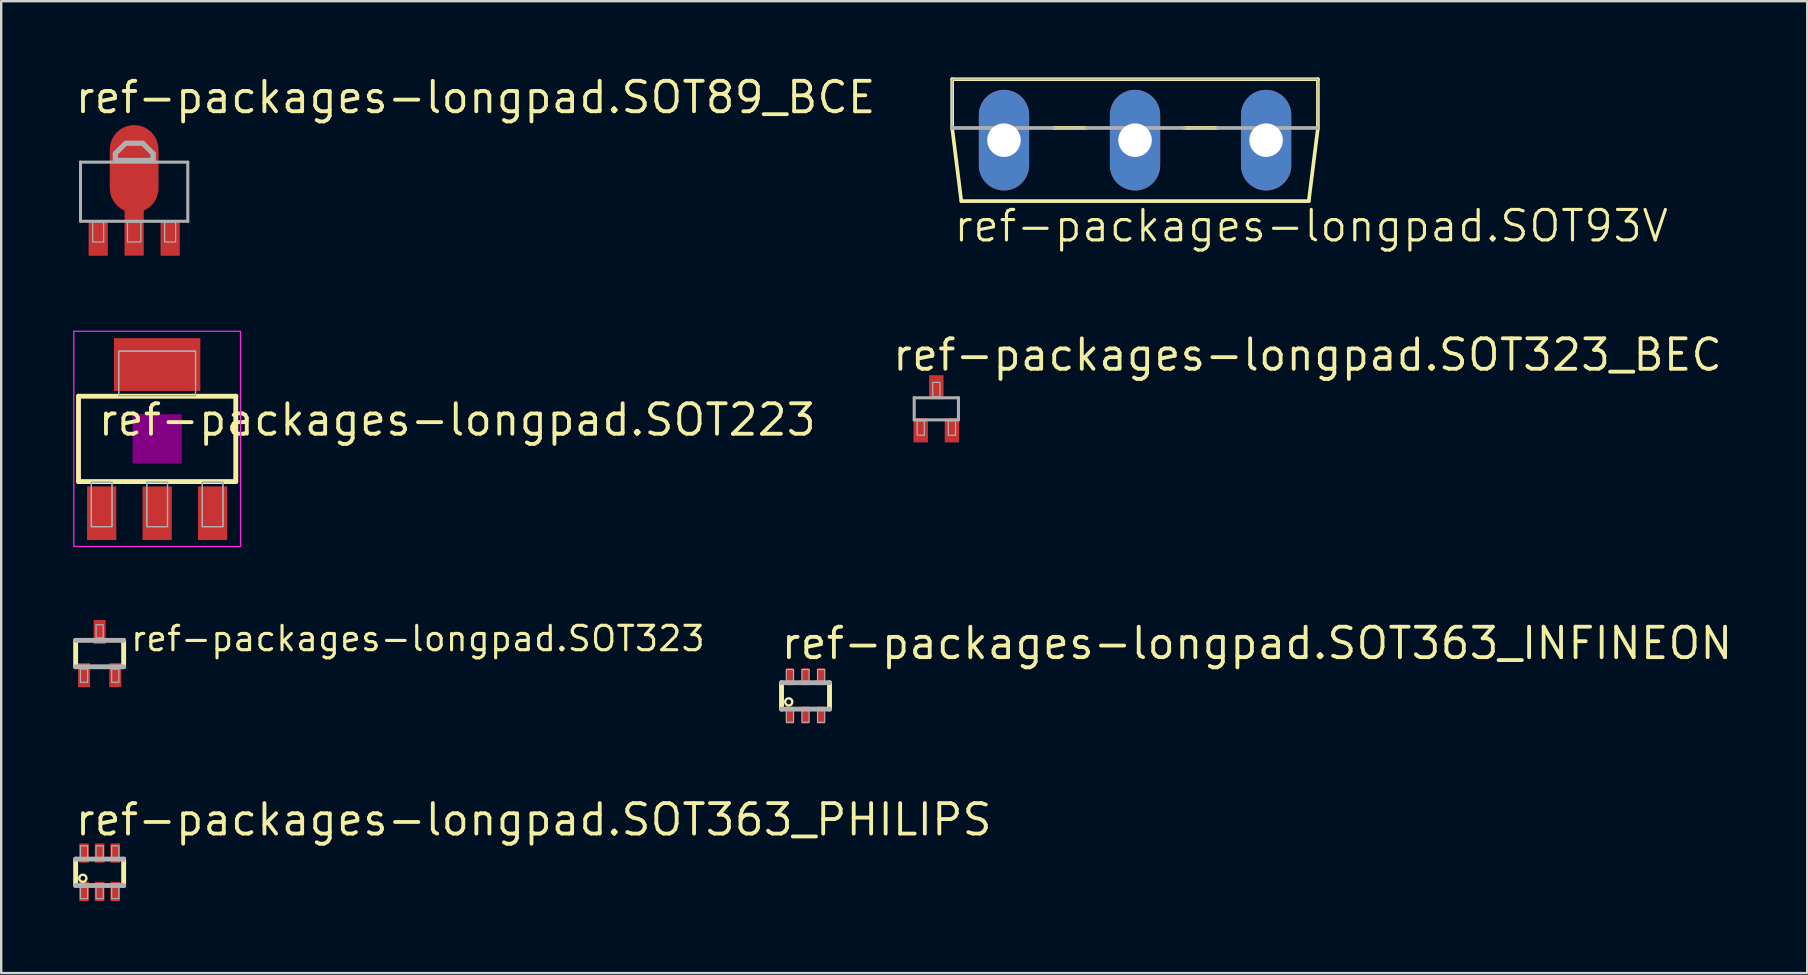
<source format=kicad_pcb>
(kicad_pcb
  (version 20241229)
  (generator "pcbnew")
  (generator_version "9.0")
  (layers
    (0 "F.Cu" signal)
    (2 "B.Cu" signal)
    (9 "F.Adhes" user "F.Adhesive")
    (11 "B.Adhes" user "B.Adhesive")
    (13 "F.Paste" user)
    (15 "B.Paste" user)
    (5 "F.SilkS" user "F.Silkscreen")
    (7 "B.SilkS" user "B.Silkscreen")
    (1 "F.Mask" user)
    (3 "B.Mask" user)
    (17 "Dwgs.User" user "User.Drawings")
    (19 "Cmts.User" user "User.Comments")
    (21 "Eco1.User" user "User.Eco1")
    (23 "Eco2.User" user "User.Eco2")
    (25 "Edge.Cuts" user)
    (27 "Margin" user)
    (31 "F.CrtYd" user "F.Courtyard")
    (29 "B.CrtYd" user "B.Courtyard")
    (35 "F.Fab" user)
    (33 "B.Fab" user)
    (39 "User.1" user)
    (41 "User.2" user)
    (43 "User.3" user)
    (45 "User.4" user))
  (footprint "ref-packages-longpad.SOT323_BEC"
    (layer "F.Cu")
    (at 35.965 13.985)
    (property "Reference" "ref-packages-longpad.SOT323_BEC" (at -1.905 -1.505 0) (layer "F.SilkS") (effects (font (size 1.27 1.27) (thickness 0.16)) (justify left bottom)))
    (attr smd)
    (fp_line (start -0.922 -0.46) (end 0.922 -0.46) (stroke (width 0.127) (type default)) (layer "F.Fab"))
    (fp_line (start -0.922 0.46) (end -0.922 -0.46) (stroke (width 0.127) (type default)) (layer "F.Fab"))
    (fp_line (start 0.922 -0.46) (end 0.922 0.46) (stroke (width 0.127) (type default)) (layer "F.Fab"))
    (fp_line (start 0.922 0.46) (end -0.922 0.46) (stroke (width 0.127) (type default)) (layer "F.Fab"))
    (fp_rect (start -0.8 1.1) (end -0.5 0.5) (stroke (width 0.05) (type default)) (fill no) (layer "F.Fab"))
    (fp_rect (start -0.15 -0.5) (end 0.15 -1.1) (stroke (width 0.05) (type default)) (fill no) (layer "F.Fab"))
    (fp_rect (start 0.5 1.1) (end 0.8 0.5) (stroke (width 0.05) (type default)) (fill no) (layer "F.Fab"))
    (pad "B" smd roundrect (at -0.65 0.9) (size 0.6 1) (layers "F.Cu" "F.Mask" "F.Paste") (roundrect_rratio 0.01))
    (pad "C" smd roundrect (at 0 -0.9) (size 0.6 1) (layers "F.Cu" "F.Mask" "F.Paste") (roundrect_rratio 0.01))
    (pad "E" smd roundrect (at 0.65 0.9) (size 0.6 1) (layers "F.Cu" "F.Mask" "F.Paste") (roundrect_rratio 0.01)))
  (footprint "ref-packages-longpad.SOT93V"
    (layer "F.Cu")
    (at 44.245 0.25)
    (property "Reference" "ref-packages-longpad.SOT93V" (at -7.62 6.858 0) (layer "F.SilkS") (effects (font (size 1.27 1.27) (thickness 0.13)) (justify left bottom)))
    (attr through_hole)
    (fp_line (start -7.62 0) (end -7.62 2.032) (stroke (width 0.152) (type default)) (layer "F.SilkS"))
    (fp_line (start -7.62 0) (end 7.62 0) (stroke (width 0.152) (type default)) (layer "F.SilkS"))
    (fp_line (start -7.62 2.032) (end -7.239 5.08) (stroke (width 0.152) (type default)) (layer "F.SilkS"))
    (fp_line (start -7.239 5.08) (end 7.239 5.08) (stroke (width 0.152) (type default)) (layer "F.SilkS"))
    (fp_line (start -2.032 2.032) (end -3.429 2.032) (stroke (width 0.152) (type default)) (layer "F.SilkS"))
    (fp_line (start 3.429 2.032) (end 2.032 2.032) (stroke (width 0.152) (type default)) (layer "F.SilkS"))
    (fp_line (start 7.62 0) (end 7.62 2.032) (stroke (width 0.152) (type default)) (layer "F.SilkS"))
    (fp_line (start 7.62 2.032) (end 7.239 5.08) (stroke (width 0.152) (type default)) (layer "F.SilkS"))
    (fp_line (start -3.429 2.032) (end -7.62 2.032) (stroke (width 0.152) (type default)) (layer "F.Fab"))
    (fp_line (start 2.032 2.032) (end -2.032 2.032) (stroke (width 0.152) (type default)) (layer "F.Fab"))
    (fp_line (start 7.62 2.032) (end 3.429 2.032) (stroke (width 0.152) (type default)) (layer "F.Fab"))
    (fp_rect (start -7.62 2.032) (end 7.62 0) (stroke (width 0.05) (type default)) (fill no) (layer "F.Fab"))
    (pad "B" thru_hole oval (at -5.461 2.54 90) (size 4.191 2.095) (drill 1.397) (layers "*.Cu" "*.Mask"))
    (pad "C" thru_hole oval (at 0 2.54 90) (size 4.191 2.095) (drill 1.397) (layers "*.Cu" "*.Mask"))
    (pad "E" thru_hole oval (at 5.461 2.54 90) (size 4.191 2.095) (drill 1.397) (layers "*.Cu" "*.Mask")))
  (footprint "ref-packages-longpad.SOT323"
    (layer "F.Cu")
    (at 1.102 24.183)
    (property "Reference" "ref-packages-longpad.SOT323" (at 1.225 -0.03 0) (layer "F.SilkS") (effects (font (size 1.016 1.016) (thickness 0.13)) (justify left bottom)))
    (attr smd)
    (fp_line (start -1 -0.55) (end -1 0.55) (stroke (width 0.203) (type default)) (layer "F.SilkS"))
    (fp_line (start 1 0.55) (end 1 -0.55) (stroke (width 0.203) (type default)) (layer "F.SilkS"))
    (fp_line (start -1 0.55) (end 1 0.55) (stroke (width 0.203) (type default)) (layer "F.Fab"))
    (fp_line (start 1 -0.55) (end -1 -0.55) (stroke (width 0.203) (type default)) (layer "F.Fab"))
    (fp_rect (start -0.8 1.2) (end -0.5 0.65) (stroke (width 0.05) (type default)) (fill no) (layer "F.Fab"))
    (fp_rect (start -0.15 -0.65) (end 0.15 -1.2) (stroke (width 0.05) (type default)) (fill no) (layer "F.Fab"))
    (fp_rect (start 0.5 1.2) (end 0.8 0.65) (stroke (width 0.05) (type default)) (fill no) (layer "F.Fab"))
    (pad "1" smd roundrect (at 0 -0.9) (size 0.5 1) (layers "F.Cu" "F.Mask" "F.Paste") (roundrect_rratio 0.01))
    (pad "2" smd roundrect (at -0.65 0.9) (size 0.5 1) (layers "F.Cu" "F.Mask" "F.Paste") (roundrect_rratio 0.01))
    (pad "3" smd roundrect (at 0.65 0.9) (size 0.5 1) (layers "F.Cu" "F.Mask" "F.Paste") (roundrect_rratio 0.01)))
  (footprint "ref-packages-longpad.SOT89_BCE"
    (layer "F.Cu")
    (at 2.54 4.925)
    (property "Reference" "ref-packages-longpad.SOT89_BCE" (at -2.54 -3.175 0) (layer "F.SilkS") (effects (font (size 1.27 1.27) (thickness 0.16)) (justify left bottom)))
    (attr smd)
    (fp_rect (start -0.5 2.78) (end 0.5 1.18) (stroke (width 0.05) (type default)) (fill yes) (layer "F.Mask"))
    (fp_rect (start -0.4 2.68) (end 0.4 1.28) (stroke (width 0.05) (type default)) (fill yes) (layer "F.Paste"))
    (fp_line (start -2.235 -1.219) (end 2.235 -1.219) (stroke (width 0.127) (type default)) (layer "F.Fab"))
    (fp_line (start -2.235 1.245) (end -2.235 -1.219) (stroke (width 0.127) (type default)) (layer "F.Fab"))
    (fp_line (start -0.787 -1.575) (end -0.356 -2.007) (stroke (width 0.2) (type default)) (layer "F.Fab"))
    (fp_line (start -0.787 -1.295) (end -0.787 -1.575) (stroke (width 0.2) (type default)) (layer "F.Fab"))
    (fp_line (start -0.356 -2.007) (end 0.356 -2.007) (stroke (width 0.2) (type default)) (layer "F.Fab"))
    (fp_line (start 0.356 -2.007) (end 0.787 -1.575) (stroke (width 0.2) (type default)) (layer "F.Fab"))
    (fp_line (start 0.787 -1.575) (end 0.787 -1.295) (stroke (width 0.2) (type default)) (layer "F.Fab"))
    (fp_line (start 0.787 -1.295) (end -0.787 -1.295) (stroke (width 0.2) (type default)) (layer "F.Fab"))
    (fp_line (start 2.235 -1.219) (end 2.235 1.245) (stroke (width 0.127) (type default)) (layer "F.Fab"))
    (fp_line (start 2.235 1.245) (end -2.235 1.245) (stroke (width 0.127) (type default)) (layer "F.Fab"))
    (fp_rect (start -1.727 2.108) (end -1.27 1.27) (stroke (width 0.05) (type default)) (fill no) (layer "F.Fab"))
    (fp_rect (start -0.279 2.108) (end 0.279 1.27) (stroke (width 0.05) (type default)) (fill no) (layer "F.Fab"))
    (fp_rect (start 1.27 2.108) (end 1.727 1.27) (stroke (width 0.05) (type default)) (fill no) (layer "F.Fab"))
    (fp_poly (pts (xy -0.787 -1.321) (xy -0.787 -1.575) (xy -0.356 -2.007) (xy 0.305 -2.007) (xy 0.356 -2.007) (xy 0.787 -1.575) (xy 0.787 -1.295) (xy -0.787 -1.295)) (stroke (width 0.2) (type default)) (fill no) (layer "F.Fab"))
    (pad "B" smd roundrect (at -1.499 1.981) (size 0.8 1.4) (layers "F.Cu" "F.Mask" "F.Paste") (roundrect_rratio 0.01))
    (pad "C" smd roundrect (at 0 1.727) (size 0.8 1.9) (layers "F.Cu" "F.Mask" "F.Paste") (roundrect_rratio 0.01))
    (pad "C@1" smd roundrect (at 0 -0.94) (size 2.032 3.65) (layers "F.Cu" "F.Mask" "F.Paste") (roundrect_rratio 0.5))
    (pad "E" smd roundrect (at 1.499 1.981) (size 0.8 1.4) (layers "F.Cu" "F.Mask" "F.Paste") (roundrect_rratio 0.01)))
  (footprint "ref-packages-longpad.SOT223"
    (layer "F.Cu")
    (at 3.498 15.238)
    (property "Reference" "ref-packages-longpad.SOT223" (at -2.54 -0.051 0) (layer "F.SilkS") (effects (font (size 1.27 1.27) (thickness 0.16)) (justify left bottom)))
    (attr smd)
    (fp_line (start -3.277 -1.778) (end 3.277 -1.778) (stroke (width 0.203) (type default)) (layer "F.SilkS"))
    (fp_line (start -3.277 1.778) (end -3.277 -1.778) (stroke (width 0.203) (type default)) (layer "F.SilkS"))
    (fp_line (start 3.277 -1.778) (end 3.277 1.778) (stroke (width 0.203) (type default)) (layer "F.SilkS"))
    (fp_line (start 3.277 1.778) (end -3.277 1.778) (stroke (width 0.203) (type default)) (layer "F.SilkS"))
    (fp_rect (start -1 1) (end 1 -1) (stroke (width 0.05) (type default)) (fill yes) (layer "F.Adhes"))
    (fp_line (start -3.473 -4.483) (end 3.473 -4.483) (stroke (width 0.051) (type default)) (layer "F.CrtYd"))
    (fp_line (start -3.473 4.483) (end -3.473 -4.483) (stroke (width 0.051) (type default)) (layer "F.CrtYd"))
    (fp_line (start 3.473 -4.483) (end 3.473 4.483) (stroke (width 0.051) (type default)) (layer "F.CrtYd"))
    (fp_line (start 3.473 4.483) (end -3.473 4.483) (stroke (width 0.051) (type default)) (layer "F.CrtYd"))
    (fp_rect (start -2.743 3.658) (end -1.88 1.803) (stroke (width 0.05) (type default)) (fill no) (layer "F.Fab"))
    (fp_rect (start -2.743 3.658) (end -1.88 1.803) (stroke (width 0.05) (type default)) (fill no) (layer "F.Fab"))
    (fp_rect (start -1.6 -1.803) (end 1.6 -3.658) (stroke (width 0.05) (type default)) (fill no) (layer "F.Fab"))
    (fp_rect (start -1.6 -1.803) (end 1.6 -3.658) (stroke (width 0.05) (type default)) (fill no) (layer "F.Fab"))
    (fp_rect (start -0.432 3.658) (end 0.432 1.803) (stroke (width 0.05) (type default)) (fill no) (layer "F.Fab"))
    (fp_rect (start -0.432 3.658) (end 0.432 1.803) (stroke (width 0.05) (type default)) (fill no) (layer "F.Fab"))
    (fp_rect (start 1.88 3.658) (end 2.743 1.803) (stroke (width 0.05) (type default)) (fill no) (layer "F.Fab"))
    (fp_rect (start 1.88 3.658) (end 2.743 1.803) (stroke (width 0.05) (type default)) (fill no) (layer "F.Fab"))
    (pad "1" smd roundrect (at -2.311 3.099) (size 1.219 2.235) (layers "F.Cu" "F.Mask" "F.Paste") (roundrect_rratio 0.01))
    (pad "2" smd roundrect (at 0 3.099) (size 1.219 2.235) (layers "F.Cu" "F.Mask" "F.Paste") (roundrect_rratio 0.01))
    (pad "3" smd roundrect (at 2.311 3.099) (size 1.219 2.235) (layers "F.Cu" "F.Mask" "F.Paste") (roundrect_rratio 0.01))
    (pad "4" smd roundrect (at 0 -3.099) (size 3.6 2.2) (layers "F.Cu" "F.Mask" "F.Paste") (roundrect_rratio 0.01)))
  (footprint "ref-packages-longpad.SOT363_INFINEON"
    (layer "F.Cu")
    (at 30.515 25.947)
    (property "Reference" "ref-packages-longpad.SOT363_INFINEON" (at -1.1 -1.45 0) (layer "F.SilkS") (effects (font (size 1.27 1.27) (thickness 0.16)) (justify left bottom)))
    (attr smd)
    (fp_line (start -1 0.55) (end -1 -0.55) (stroke (width 0.203) (type default)) (layer "F.SilkS"))
    (fp_line (start 1 -0.55) (end 1 0.55) (stroke (width 0.203) (type default)) (layer "F.SilkS"))
    (fp_circle (center -0.7 0.25) (end -0.55 0.25) (stroke (width 0.1) (type default)) (fill no) (layer "F.SilkS"))
    (fp_line (start -1 -0.55) (end 1 -0.55) (stroke (width 0.203) (type default)) (layer "F.Fab"))
    (fp_line (start 1 0.55) (end -1 0.55) (stroke (width 0.203) (type default)) (layer "F.Fab"))
    (fp_rect (start -0.8 -0.6) (end -0.5 -1.1) (stroke (width 0.05) (type default)) (fill no) (layer "F.Fab"))
    (fp_rect (start -0.8 1.1) (end -0.5 0.6) (stroke (width 0.05) (type default)) (fill no) (layer "F.Fab"))
    (fp_rect (start -0.15 -0.6) (end 0.15 -1.1) (stroke (width 0.05) (type default)) (fill no) (layer "F.Fab"))
    (fp_rect (start -0.15 1.1) (end 0.15 0.6) (stroke (width 0.05) (type default)) (fill no) (layer "F.Fab"))
    (fp_rect (start 0.5 -0.6) (end 0.8 -1.1) (stroke (width 0.05) (type default)) (fill no) (layer "F.Fab"))
    (fp_rect (start 0.5 1.1) (end 0.8 0.6) (stroke (width 0.05) (type default)) (fill no) (layer "F.Fab"))
    (pad "1" smd roundrect (at -0.65 0.8) (size 0.3 0.7) (layers "F.Cu" "F.Mask" "F.Paste") (roundrect_rratio 0.01))
    (pad "2" smd roundrect (at 0 0.8) (size 0.3 0.7) (layers "F.Cu" "F.Mask" "F.Paste") (roundrect_rratio 0.01))
    (pad "3" smd roundrect (at 0.65 0.8) (size 0.3 0.7) (layers "F.Cu" "F.Mask" "F.Paste") (roundrect_rratio 0.01))
    (pad "4" smd roundrect (at 0.65 -0.8) (size 0.3 0.7) (layers "F.Cu" "F.Mask" "F.Paste") (roundrect_rratio 0.01))
    (pad "5" smd roundrect (at 0 -0.8) (size 0.3 0.7) (layers "F.Cu" "F.Mask" "F.Paste") (roundrect_rratio 0.01))
    (pad "6" smd roundrect (at -0.65 -0.8) (size 0.3 0.7) (layers "F.Cu" "F.Mask" "F.Paste") (roundrect_rratio 0.01)))
  (footprint "ref-packages-longpad.SOT363_PHILIPS"
    (layer "F.Cu")
    (at 1.102 33.297)
    (property "Reference" "ref-packages-longpad.SOT363_PHILIPS" (at -1.1 -1.45 0) (layer "F.SilkS") (effects (font (size 1.27 1.27) (thickness 0.16)) (justify left bottom)))
    (attr smd)
    (fp_line (start -1 0.55) (end -1 -0.55) (stroke (width 0.203) (type default)) (layer "F.SilkS"))
    (fp_line (start 1 -0.55) (end 1 0.55) (stroke (width 0.203) (type default)) (layer "F.SilkS"))
    (fp_circle (center -0.7 0.25) (end -0.55 0.25) (stroke (width 0.1) (type default)) (fill no) (layer "F.SilkS"))
    (fp_line (start -1 -0.55) (end 1 -0.55) (stroke (width 0.203) (type default)) (layer "F.Fab"))
    (fp_line (start 1 0.55) (end -1 0.55) (stroke (width 0.203) (type default)) (layer "F.Fab"))
    (fp_rect (start -0.8 -0.6) (end -0.5 -1.1) (stroke (width 0.05) (type default)) (fill no) (layer "F.Fab"))
    (fp_rect (start -0.8 1.1) (end -0.5 0.6) (stroke (width 0.05) (type default)) (fill no) (layer "F.Fab"))
    (fp_rect (start -0.15 -0.6) (end 0.15 -1.1) (stroke (width 0.05) (type default)) (fill no) (layer "F.Fab"))
    (fp_rect (start -0.15 1.1) (end 0.15 0.6) (stroke (width 0.05) (type default)) (fill no) (layer "F.Fab"))
    (fp_rect (start 0.5 -0.6) (end 0.8 -1.1) (stroke (width 0.05) (type default)) (fill no) (layer "F.Fab"))
    (fp_rect (start 0.5 1.1) (end 0.8 0.6) (stroke (width 0.05) (type default)) (fill no) (layer "F.Fab"))
    (pad "1" smd roundrect (at -0.65 0.8) (size 0.4 0.8) (layers "F.Cu" "F.Mask" "F.Paste") (roundrect_rratio 0.01))
    (pad "2" smd roundrect (at 0 0.8) (size 0.4 0.8) (layers "F.Cu" "F.Mask" "F.Paste") (roundrect_rratio 0.01))
    (pad "3" smd roundrect (at 0.65 0.8) (size 0.4 0.8) (layers "F.Cu" "F.Mask" "F.Paste") (roundrect_rratio 0.01))
    (pad "4" smd roundrect (at 0.65 -0.8) (size 0.4 0.8) (layers "F.Cu" "F.Mask" "F.Paste") (roundrect_rratio 0.01))
    (pad "5" smd roundrect (at 0 -0.8) (size 0.4 0.8) (layers "F.Cu" "F.Mask" "F.Paste") (roundrect_rratio 0.01))
    (pad "6" smd roundrect (at -0.65 -0.8) (size 0.4 0.8) (layers "F.Cu" "F.Mask" "F.Paste") (roundrect_rratio 0.01)))
  (gr_rect
    (start -3 -3)
    (end 72.253 37.497)
    (stroke (width 0.1) (type default))
    (fill no)
    (layer "Edge.Cuts")))
</source>
